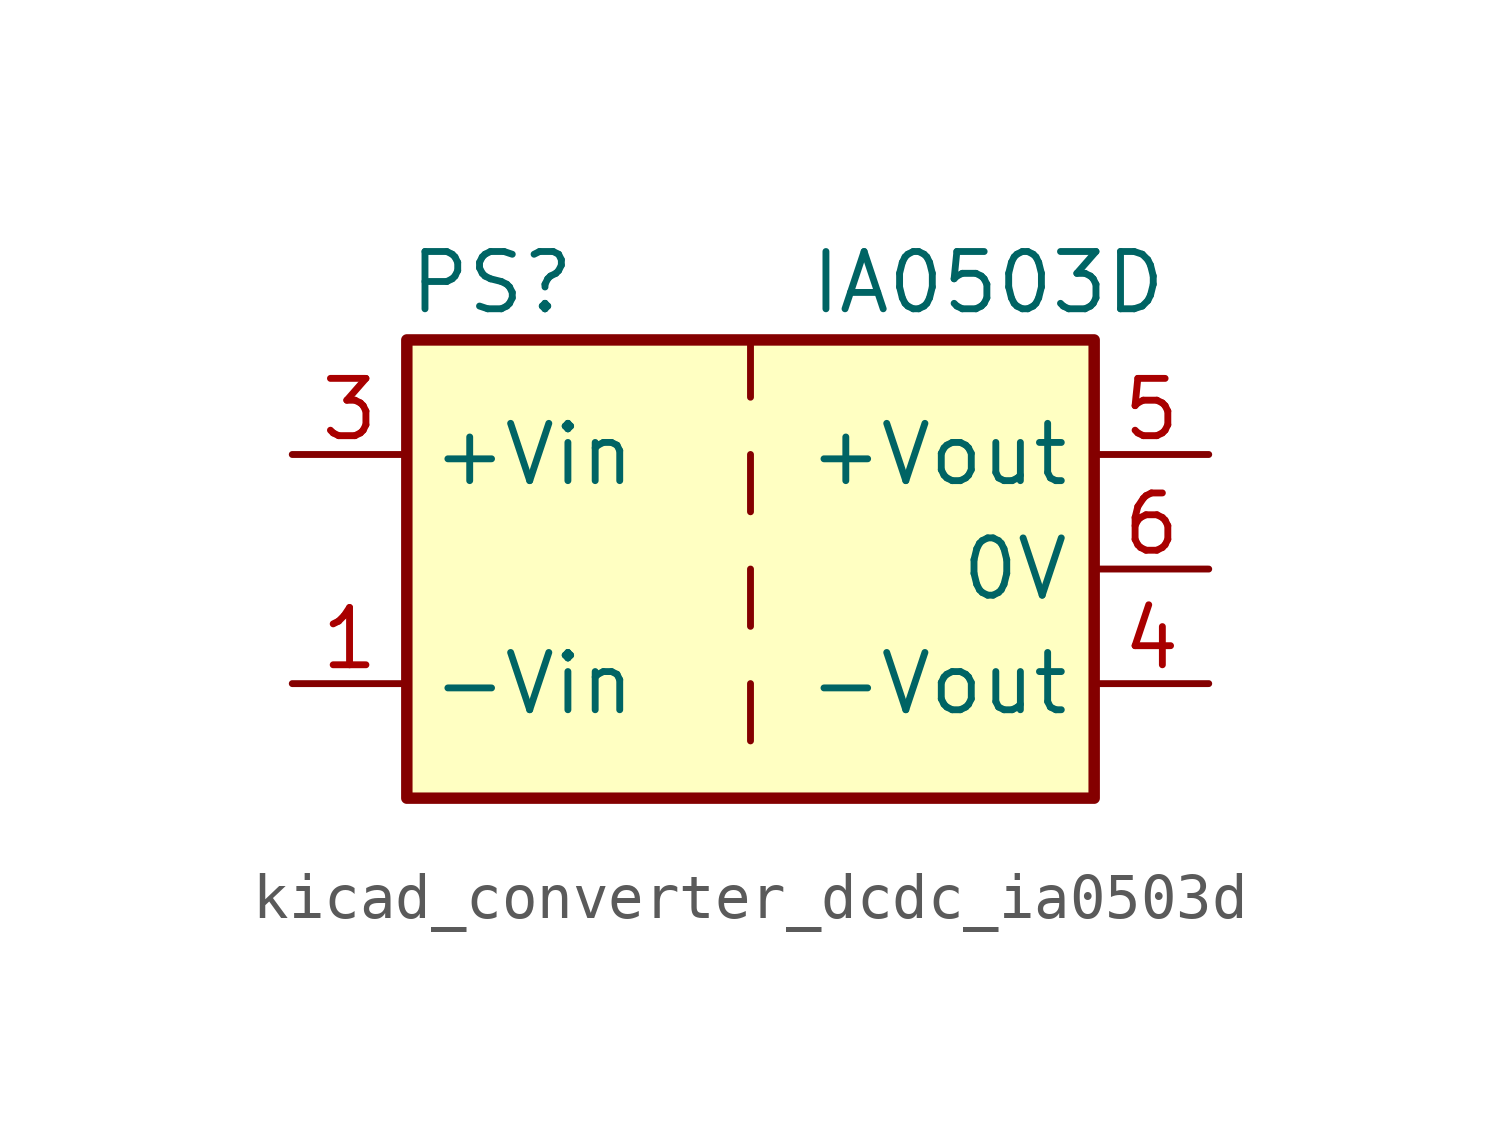
<source format=kicad_sym>
(kicad_symbol_lib
  (version 20220914)
  (generator kicad_symbol_editor)
  (symbol "kicad_converter_dcdc_ia0503d"
    (property "Reference" "PS"
      (at -7.62 6.35 0)
      (effects (font (size 1.27 1.27)) (justify left)))
    (property "Value" "IA0503D"
      (at 1.27 6.35 0)
      (effects (font (size 1.27 1.27)) (justify left)))
    (symbol "kicad_converter_dcdc_ia0503d_0_0"
      (pin power_in line (at -10.16 -2.54 0) (length 2.54) (name "-Vin" (effects (font (size 1.27 1.27)))) (number "1" (effects (font (size 1.27 1.27)))))
      (pin power_in line (at -10.16 2.54 0) (length 2.54) (name "+Vin" (effects (font (size 1.27 1.27)))) (number "3" (effects (font (size 1.27 1.27)))))
      (pin power_out line (at 10.16 -2.54 180) (length 2.54) (name "-Vout" (effects (font (size 1.27 1.27)))) (number "4" (effects (font (size 1.27 1.27)))))
      (pin power_out line (at 10.16 2.54 180) (length 2.54) (name "+Vout" (effects (font (size 1.27 1.27)))) (number "5" (effects (font (size 1.27 1.27)))))
      (pin power_out line (at 10.16 0 180) (length 2.54) (name "0V" (effects (font (size 1.27 1.27)))) (number "6" (effects (font (size 1.27 1.27))))))
    (symbol "kicad_converter_dcdc_ia0503d_0_1"
      (rectangle (start -7.62 5.08) (end 7.62 -5.08) (stroke (width 0.254) (type default)) (fill (type background)))
      (polyline (pts (xy 0 -2.54) (xy 0 -3.81)) (stroke (width 0) (type default)) (fill (type none)))
      (polyline (pts (xy 0 0) (xy 0 -1.27)) (stroke (width 0) (type default)) (fill (type none)))
      (polyline (pts (xy 0 2.54) (xy 0 1.27)) (stroke (width 0) (type default)) (fill (type none)))
      (polyline (pts (xy 0 5.08) (xy 0 3.81)) (stroke (width 0) (type default)) (fill (type none))))
    (symbol "kicad_converter_dcdc_ia0503d_1_1"
      (pin no_connect line (at 0 -5.08 90) (length 2.54) hide (name "NC" (effects (font (size 1.27 1.27)))) (number "2" (effects (font (size 1.27 1.27))))))))
</source>
